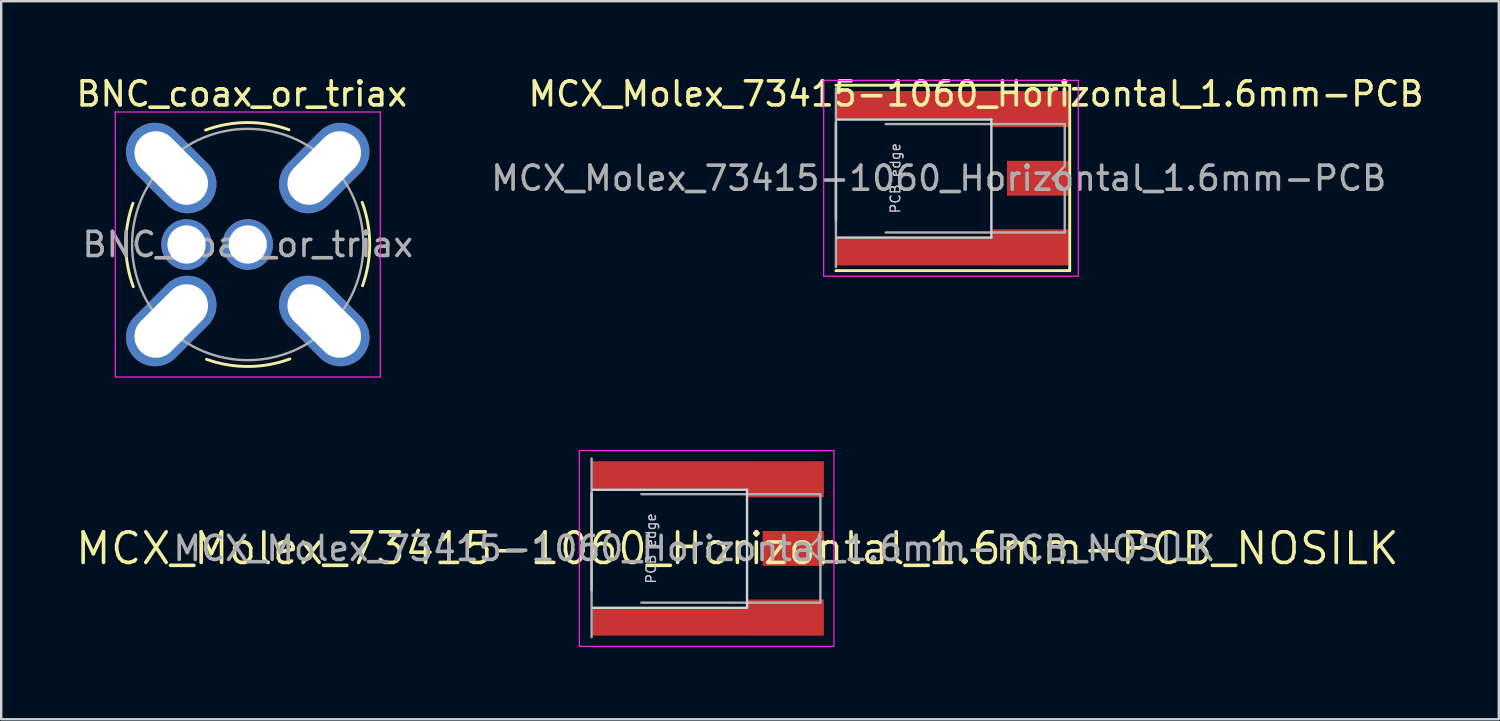
<source format=kicad_pcb>
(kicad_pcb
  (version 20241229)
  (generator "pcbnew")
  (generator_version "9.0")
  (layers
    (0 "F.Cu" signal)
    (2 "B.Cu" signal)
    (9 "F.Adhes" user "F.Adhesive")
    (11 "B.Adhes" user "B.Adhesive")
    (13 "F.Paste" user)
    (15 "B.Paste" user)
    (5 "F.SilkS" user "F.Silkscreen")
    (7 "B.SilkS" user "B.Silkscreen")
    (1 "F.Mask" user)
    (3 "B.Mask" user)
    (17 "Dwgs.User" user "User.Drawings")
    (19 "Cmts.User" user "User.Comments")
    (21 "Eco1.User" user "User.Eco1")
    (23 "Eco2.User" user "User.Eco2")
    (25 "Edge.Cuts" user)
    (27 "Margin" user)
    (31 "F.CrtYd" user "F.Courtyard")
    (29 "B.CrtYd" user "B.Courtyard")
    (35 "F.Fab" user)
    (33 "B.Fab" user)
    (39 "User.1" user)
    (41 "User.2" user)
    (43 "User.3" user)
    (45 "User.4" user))
  (footprint "MCX_Molex_73415-1060_Horizontal_1.6mm-PCB"
    (layer "F.Cu")
    (at 37.695 4.348)
    (property "Reference" "MCX_Molex_73415-1060_Horizontal_1.6mm-PCB" (at -0.234 -3.5 0) (layer "F.SilkS") (effects (font (size 1 1) (thickness 0.15))))
    (attr smd)
    (fp_line (start -6.051 -3.861) (end 3.652 -3.861) (stroke (width 0.12) (type solid)) (layer "F.SilkS"))
    (fp_line (start -6.051 3.835) (end 3.652 3.835) (stroke (width 0.12) (type solid)) (layer "F.SilkS"))
    (fp_line (start 3.652 3.835) (end 3.652 -3.861) (stroke (width 0.12) (type solid)) (layer "F.SilkS"))
    (fp_line (start -6.051 1.747) (end -6.051 -2.286) (stroke (width 0.1) (type solid)) (layer "Dwgs.User"))
    (fp_line (start -6 2.464) (end 0.401 2.464) (stroke (width 0.1) (type solid)) (layer "Edge.Cuts"))
    (fp_line (start 0.401 -2.437) (end -6 -2.437) (stroke (width 0.1) (type solid)) (layer "Edge.Cuts"))
    (fp_line (start 0.401 2.464) (end 0.401 -2.437) (stroke (width 0.1) (type solid)) (layer "Edge.Cuts"))
    (fp_line (start -6.559 -4.064) (end -6.559 4.064) (stroke (width 0.05) (type solid)) (layer "F.CrtYd"))
    (fp_line (start -6.559 4.064) (end 4.008 4.064) (stroke (width 0.05) (type solid)) (layer "F.CrtYd"))
    (fp_line (start 4.008 -4.064) (end -6.559 -4.064) (stroke (width 0.05) (type solid)) (layer "F.CrtYd"))
    (fp_line (start 4.008 4.064) (end 4.008 -4.064) (stroke (width 0.05) (type solid)) (layer "F.CrtYd"))
    (fp_line (start -6.051 -3.734) (end -6.051 3.683) (stroke (width 0.1) (type solid)) (layer "F.Fab"))
    (fp_line (start -3.984 -2.25) (end 3.446 -2.25) (stroke (width 0.1) (type solid)) (layer "F.Fab"))
    (fp_line (start -3.984 2.25) (end 3.446 2.25) (stroke (width 0.1) (type solid)) (layer "F.Fab"))
    (fp_line (start 2.946 0) (end 3.446 -0.5) (stroke (width 0.1) (type solid)) (layer "F.Fab"))
    (fp_line (start 2.946 0) (end 3.446 0.5) (stroke (width 0.1) (type solid)) (layer "F.Fab"))
    (fp_line (start 3.446 -0.5) (end 3.446 -2.25) (stroke (width 0.1) (type solid)) (layer "F.Fab"))
    (fp_line (start 3.446 2.25) (end 3.446 0.5) (stroke (width 0.1) (type solid)) (layer "F.Fab"))
    (fp_text user "PCB edge" (at -3.584 0 90) (layer "Dwgs.User") (effects (font (size 0.4 0.4) (thickness 0.06))))
    (fp_text user "${REFERENCE}" (at -1.784 0 0) (layer "F.Fab") (effects (font (size 1 1) (thickness 0.15))))
    (pad "1" smd rect (at 2.318 0) (size 2.54 1.448) (layers "F.Cu" "F.Mask" "F.Paste"))
    (pad "2" smd custom (at 2.016 -2.87) (size 3.15 1.499) (layers "F.Cu" "F.Mask" "F.Paste") (options (anchor rect)) (primitives (gr_poly (pts (xy -1.575 -0.749) (xy -8.026 -0.749) (xy -8.026 0.394) (xy -1.575 0.394)) (width 0) (fill yes))))
    (pad "2" smd custom (at 2.016 2.87) (size 3.15 1.499) (layers "F.Cu" "F.Mask" "F.Paste") (options (anchor rect)) (primitives (gr_poly (pts (xy -1.575 -0.356) (xy -8.026 -0.356) (xy -8.026 0.749) (xy -1.575 0.749)) (width 0) (fill yes)))))
  (footprint "MCX_Molex_73415-1060_Horizontal_1.6mm-PCB_NOSILK"
    (layer "F.Cu")
    (at 27.554 19.712)
    (property "Reference" "MCX_Molex_73415-1060_Horizontal_1.6mm-PCB_NOSILK" (at 0 0 0) (layer "F.SilkS") (effects (font (size 1.27 1.27) (thickness 0.15))))
    (attr smd)
    (fp_line (start -6.051 1.747) (end -6.051 -2.286) (stroke (width 0.1) (type solid)) (layer "Dwgs.User"))
    (fp_line (start -6 2.464) (end 0.401 2.464) (stroke (width 0.1) (type solid)) (layer "Edge.Cuts"))
    (fp_line (start 0.401 -2.437) (end -6 -2.437) (stroke (width 0.1) (type solid)) (layer "Edge.Cuts"))
    (fp_line (start 0.401 2.464) (end 0.401 -2.437) (stroke (width 0.1) (type solid)) (layer "Edge.Cuts"))
    (fp_line (start -6.559 -4.064) (end -6.559 4.064) (stroke (width 0.05) (type solid)) (layer "F.CrtYd"))
    (fp_line (start -6.559 4.064) (end 4.008 4.064) (stroke (width 0.05) (type solid)) (layer "F.CrtYd"))
    (fp_line (start 4.008 -4.064) (end -6.559 -4.064) (stroke (width 0.05) (type solid)) (layer "F.CrtYd"))
    (fp_line (start 4.008 4.064) (end 4.008 -4.064) (stroke (width 0.05) (type solid)) (layer "F.CrtYd"))
    (fp_line (start -6.051 -3.734) (end -6.051 3.683) (stroke (width 0.1) (type solid)) (layer "F.Fab"))
    (fp_line (start -3.984 -2.25) (end 3.446 -2.25) (stroke (width 0.1) (type solid)) (layer "F.Fab"))
    (fp_line (start -3.984 2.25) (end 3.446 2.25) (stroke (width 0.1) (type solid)) (layer "F.Fab"))
    (fp_line (start 2.946 0) (end 3.446 -0.5) (stroke (width 0.1) (type solid)) (layer "F.Fab"))
    (fp_line (start 2.946 0) (end 3.446 0.5) (stroke (width 0.1) (type solid)) (layer "F.Fab"))
    (fp_line (start 3.446 -0.5) (end 3.446 -2.25) (stroke (width 0.1) (type solid)) (layer "F.Fab"))
    (fp_line (start 3.446 2.25) (end 3.446 0.5) (stroke (width 0.1) (type solid)) (layer "F.Fab"))
    (fp_text user "PCB edge" (at -3.584 0 90) (layer "Dwgs.User") (effects (font (size 0.4 0.4) (thickness 0.06))))
    (fp_text user "${REFERENCE}" (at -1.784 0 0) (layer "F.Fab") (effects (font (size 1 1) (thickness 0.15))))
    (pad "1" smd rect (at 2.318 0) (size 2.54 1.448) (layers "F.Cu" "F.Mask" "F.Paste"))
    (pad "2" smd custom (at 2.016 -2.87) (size 3.15 1.499) (layers "F.Cu" "F.Mask" "F.Paste") (options (anchor rect)) (primitives (gr_poly (pts (xy -1.575 -0.749) (xy -8.026 -0.749) (xy -8.026 0.394) (xy -1.575 0.394)) (width 0) (fill yes))))
    (pad "2" smd custom (at 2.016 2.87) (size 3.15 1.499) (layers "F.Cu" "F.Mask" "F.Paste") (options (anchor rect)) (primitives (gr_poly (pts (xy -1.575 -0.356) (xy -8.026 -0.356) (xy -8.026 0.749) (xy -1.575 0.749)) (width 0) (fill yes)))))
  (footprint "BNC_coax_or_triax"
    (layer "F.Cu")
    (at 7.232 7.098)
    (property "Reference" "BNC_coax_or_triax" (at -0.25 -6.25 0) (layer "F.SilkS") (effects (font (size 1 1) (thickness 0.15))))
    (attr through_hole)
    (fp_arc (start -4.75 1.75) (mid -5.062075 0.019867) (end -4.763589 -1.712663) (stroke (width 0.12) (type solid)) (layer "F.SilkS"))
    (fp_arc (start -1.75 -4.75) (mid -0.019867 -5.062075) (end 1.712663 -4.763589) (stroke (width 0.12) (type solid)) (layer "F.SilkS"))
    (fp_arc (start 1.75 4.75) (mid 0.019867 5.062075) (end -1.712663 4.763589) (stroke (width 0.12) (type solid)) (layer "F.SilkS"))
    (fp_arc (start 4.75 -1.75) (mid 5.062075 -0.019867) (end 4.763589 1.712663) (stroke (width 0.12) (type solid)) (layer "F.SilkS"))
    (fp_line (start -5.5 -5.5) (end 5.5 -5.5) (stroke (width 0.05) (type solid)) (layer "F.CrtYd"))
    (fp_line (start -5.5 5.5) (end -5.5 -5.5) (stroke (width 0.05) (type solid)) (layer "F.CrtYd"))
    (fp_line (start 5.5 -5.5) (end 5.5 5.5) (stroke (width 0.05) (type solid)) (layer "F.CrtYd"))
    (fp_line (start 5.5 5.5) (end -5.5 5.5) (stroke (width 0.05) (type solid)) (layer "F.CrtYd"))
    (fp_circle (center 0 0) (end 4.8 0) (stroke (width 0.1) (type solid)) (fill no) (layer "F.Fab"))
    (fp_text user "${REFERENCE}" (at 0 0 0) (layer "F.Fab") (effects (font (size 1 1) (thickness 0.15))))
    (pad "1" thru_hole circle (at 0 0) (size 2.1 2.1) (drill 1.587) (layers "*.Cu" "*.Mask"))
    (pad "2" thru_hole roundrect (at -3.175 -3.175 45) (size 2.413 4.318) (drill oval 1.778 3.581) (layers "*.Cu" "*.Mask") (roundrect_rratio 0.5))
    (pad "2" thru_hole roundrect (at -3.175 3.175 135) (size 2.413 4.318) (drill oval 1.778 3.581) (layers "*.Cu" "*.Mask") (roundrect_rratio 0.5))
    (pad "2" thru_hole roundrect (at 3.175 -3.175 135) (size 2.413 4.318) (drill oval 1.778 3.581) (layers "*.Cu" "*.Mask") (roundrect_rratio 0.5))
    (pad "2" thru_hole roundrect (at 3.175 3.175 45) (size 2.413 4.318) (drill oval 1.778 3.581) (layers "*.Cu" "*.Mask") (roundrect_rratio 0.5))
    (pad "3" thru_hole circle (at -2.54 0) (size 2.1 2.1) (drill 1.587) (layers "*.Cu" "*.Mask")))
  (gr_rect
    (start -3 -3)
    (end 59.157 26.801)
    (stroke (width 0.1) (type default))
    (fill no)
    (layer "Edge.Cuts")))
</source>
